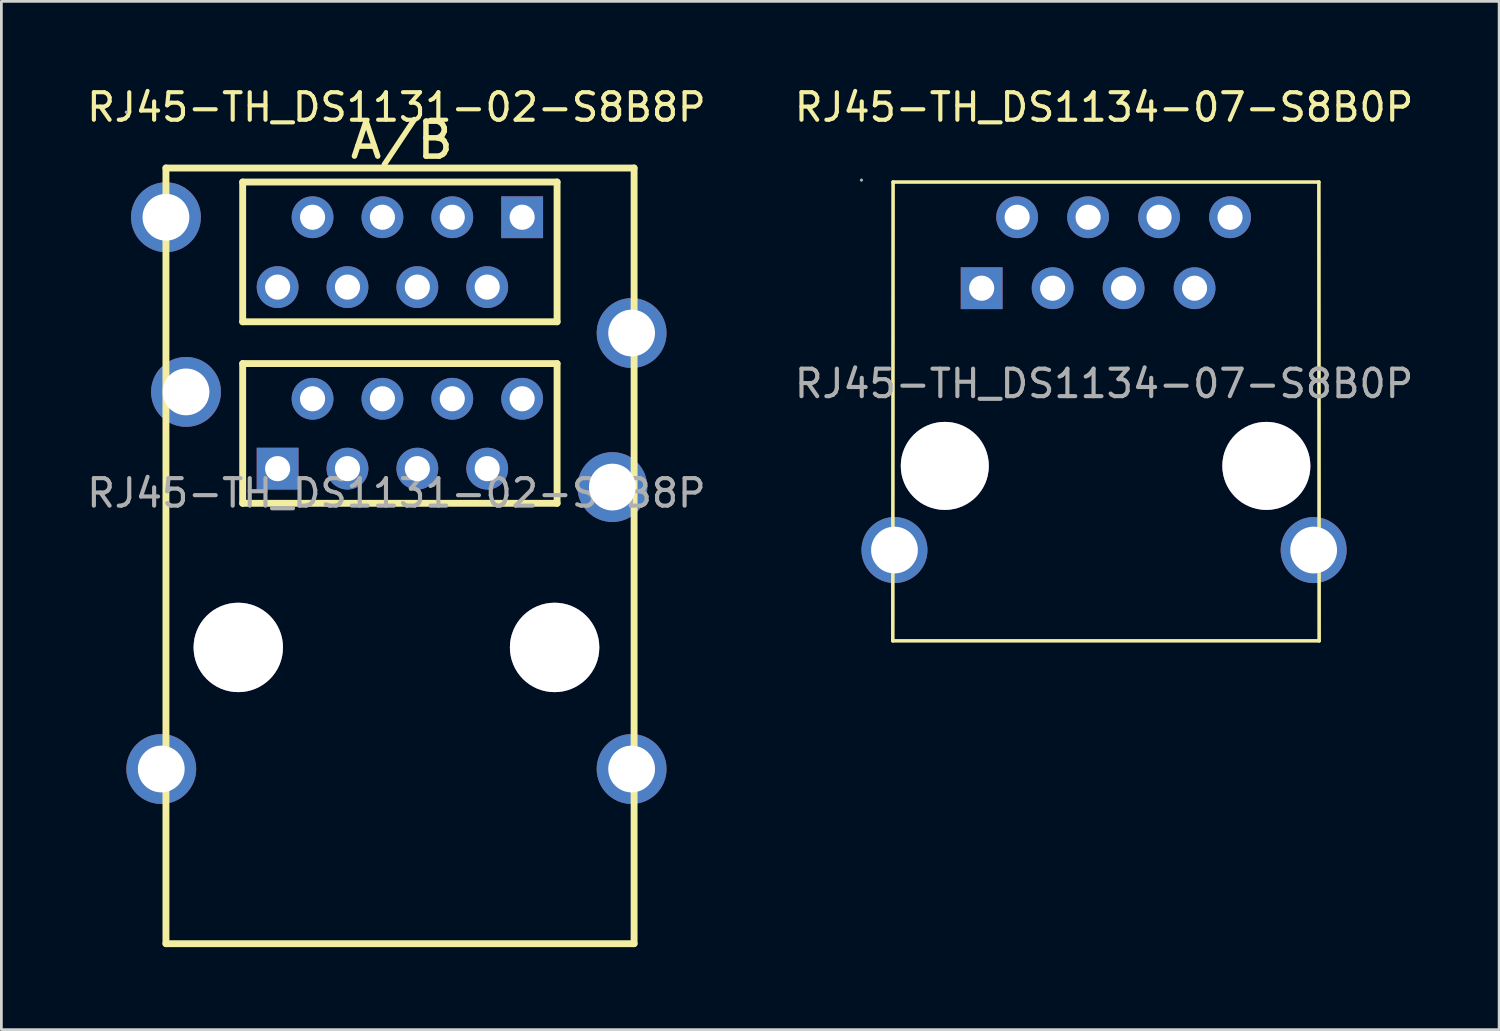
<source format=kicad_pcb>
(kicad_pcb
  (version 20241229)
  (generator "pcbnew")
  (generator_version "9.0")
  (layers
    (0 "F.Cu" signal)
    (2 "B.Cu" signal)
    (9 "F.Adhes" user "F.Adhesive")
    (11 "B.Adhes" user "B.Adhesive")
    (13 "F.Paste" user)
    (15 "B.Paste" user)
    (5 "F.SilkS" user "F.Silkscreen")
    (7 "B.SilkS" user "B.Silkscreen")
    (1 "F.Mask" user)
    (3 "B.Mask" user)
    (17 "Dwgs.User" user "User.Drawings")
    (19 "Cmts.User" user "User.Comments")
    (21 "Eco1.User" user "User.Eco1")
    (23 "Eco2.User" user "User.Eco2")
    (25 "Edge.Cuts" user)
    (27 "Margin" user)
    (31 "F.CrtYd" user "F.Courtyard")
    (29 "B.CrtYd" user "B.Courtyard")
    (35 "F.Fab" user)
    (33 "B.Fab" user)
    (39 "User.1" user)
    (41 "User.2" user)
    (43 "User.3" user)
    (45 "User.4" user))
  (footprint "RJ45-TH_DS1131-02-S8B8P"
    (layer "F.Cu")
    (at 11.363 14.878)
    (property "Reference" "RJ45-TH_DS1131-02-S8B8P" (at 0 -14.03 0) (layer "F.SilkS") (effects (font (size 1 1) (thickness 0.15))))
    (attr through_hole)
    (fp_line (start -8.38 -11.82) (end 8.64 -11.82) (stroke (width 0.25) (type solid)) (layer "F.SilkS"))
    (fp_line (start -8.38 16.38) (end -8.38 -11.82) (stroke (width 0.25) (type solid)) (layer "F.SilkS"))
    (fp_line (start -5.59 -11.31) (end 5.84 -11.31) (stroke (width 0.25) (type solid)) (layer "F.SilkS"))
    (fp_line (start -5.59 -6.23) (end -5.59 -11.31) (stroke (width 0.25) (type solid)) (layer "F.SilkS"))
    (fp_line (start -5.59 -4.71) (end 5.84 -4.71) (stroke (width 0.25) (type solid)) (layer "F.SilkS"))
    (fp_line (start -5.59 0.37) (end -5.59 -4.71) (stroke (width 0.25) (type solid)) (layer "F.SilkS"))
    (fp_line (start 5.84 -11.31) (end 5.84 -6.23) (stroke (width 0.25) (type solid)) (layer "F.SilkS"))
    (fp_line (start 5.84 -6.23) (end -5.59 -6.23) (stroke (width 0.25) (type solid)) (layer "F.SilkS"))
    (fp_line (start 5.84 -4.71) (end 5.84 0.37) (stroke (width 0.25) (type solid)) (layer "F.SilkS"))
    (fp_line (start 5.84 0.37) (end -5.59 0.37) (stroke (width 0.25) (type solid)) (layer "F.SilkS"))
    (fp_line (start 8.64 -11.82) (end 8.64 16.38) (stroke (width 0.25) (type solid)) (layer "F.SilkS"))
    (fp_line (start 8.64 16.38) (end -8.38 16.38) (stroke (width 0.25) (type solid)) (layer "F.SilkS"))
    (fp_circle (center -9.82 -13.85) (end -9.79 -13.85) (stroke (width 0.06) (type solid)) (fill no) (layer "F.Fab"))
    (fp_circle (center -8.55 10.03) (end -8.17 10.03) (stroke (width 0.75) (type solid)) (fill no) (layer "F.Fab"))
    (fp_circle (center -8.38 -10.03) (end -8 -10.03) (stroke (width 0.75) (type solid)) (fill no) (layer "F.Fab"))
    (fp_circle (center -7.65 -3.68) (end -7.27 -3.68) (stroke (width 0.75) (type solid)) (fill no) (layer "F.Fab"))
    (fp_circle (center -5.75 5.61) (end -4.99 5.61) (stroke (width 1.52) (type solid)) (fill no) (layer "F.Fab"))
    (fp_circle (center -4.32 -7.49) (end -4.14 -7.49) (stroke (width 0.36) (type solid)) (fill no) (layer "F.Fab"))
    (fp_circle (center -4.32 -0.89) (end -4.14 -0.89) (stroke (width 0.36) (type solid)) (fill no) (layer "F.Fab"))
    (fp_circle (center -3.05 -10.03) (end -2.87 -10.03) (stroke (width 0.36) (type solid)) (fill no) (layer "F.Fab"))
    (fp_circle (center -3.05 -3.43) (end -2.87 -3.43) (stroke (width 0.36) (type solid)) (fill no) (layer "F.Fab"))
    (fp_circle (center -1.78 -7.49) (end -1.6 -7.49) (stroke (width 0.36) (type solid)) (fill no) (layer "F.Fab"))
    (fp_circle (center -1.78 -0.89) (end -1.6 -0.89) (stroke (width 0.36) (type solid)) (fill no) (layer "F.Fab"))
    (fp_circle (center -0.51 -10.03) (end -0.33 -10.03) (stroke (width 0.36) (type solid)) (fill no) (layer "F.Fab"))
    (fp_circle (center -0.51 -3.43) (end -0.33 -3.43) (stroke (width 0.36) (type solid)) (fill no) (layer "F.Fab"))
    (fp_circle (center 0.76 -7.49) (end 0.94 -7.49) (stroke (width 0.36) (type solid)) (fill no) (layer "F.Fab"))
    (fp_circle (center 0.76 -0.89) (end 0.94 -0.89) (stroke (width 0.36) (type solid)) (fill no) (layer "F.Fab"))
    (fp_circle (center 2.03 -10.03) (end 2.21 -10.03) (stroke (width 0.36) (type solid)) (fill no) (layer "F.Fab"))
    (fp_circle (center 2.03 -3.43) (end 2.21 -3.43) (stroke (width 0.36) (type solid)) (fill no) (layer "F.Fab"))
    (fp_circle (center 3.3 -7.49) (end 3.48 -7.49) (stroke (width 0.36) (type solid)) (fill no) (layer "F.Fab"))
    (fp_circle (center 3.3 -0.89) (end 3.48 -0.89) (stroke (width 0.36) (type solid)) (fill no) (layer "F.Fab"))
    (fp_circle (center 4.57 -10.03) (end 4.75 -10.03) (stroke (width 0.36) (type solid)) (fill no) (layer "F.Fab"))
    (fp_circle (center 4.57 -3.43) (end 4.75 -3.43) (stroke (width 0.36) (type solid)) (fill no) (layer "F.Fab"))
    (fp_circle (center 5.75 5.61) (end 6.51 5.61) (stroke (width 1.52) (type solid)) (fill no) (layer "F.Fab"))
    (fp_circle (center 7.85 -0.22) (end 8.23 -0.22) (stroke (width 0.75) (type solid)) (fill no) (layer "F.Fab"))
    (fp_circle (center 8.55 -5.82) (end 8.93 -5.82) (stroke (width 0.75) (type solid)) (fill no) (layer "F.Fab"))
    (fp_circle (center 8.55 10.03) (end 8.93 10.03) (stroke (width 0.75) (type solid)) (fill no) (layer "F.Fab"))
    (fp_text user "A/B" (at -1.78 -12.83 0) (layer "F.SilkS") (effects (font (size 1.27 1.27) (thickness 0.2)) (justify left)))
    (fp_text user "${REFERENCE}" (at 0 0 0) (layer "F.Fab") (effects (font (size 1 1) (thickness 0.15))))
    (pad "" thru_hole circle (at -5.75 5.61) (size 3.25 3.25) (drill 3.25) (layers "*.Cu" "*.Mask"))
    (pad "" thru_hole circle (at 5.75 5.61) (size 3.25 3.25) (drill 3.25) (layers "*.Cu" "*.Mask"))
    (pad "17" thru_hole circle (at -8.38 -10.03) (size 2.54 2.54) (drill 1.7) (layers "*.Cu" "*.Paste" "*.Mask"))
    (pad "18" thru_hole circle (at -7.65 -3.68) (size 2.54 2.54) (drill 1.7) (layers "*.Cu" "*.Paste" "*.Mask"))
    (pad "19" thru_hole circle (at -8.55 10.03) (size 2.54 2.54) (drill 1.7) (layers "*.Cu" "*.Paste" "*.Mask"))
    (pad "20" thru_hole circle (at 8.55 10.03) (size 2.54 2.54) (drill 1.7) (layers "*.Cu" "*.Paste" "*.Mask"))
    (pad "21" thru_hole circle (at 7.85 -0.22) (size 2.54 2.54) (drill 1.7) (layers "*.Cu" "*.Paste" "*.Mask"))
    (pad "22" thru_hole circle (at 8.55 -5.82) (size 2.54 2.54) (drill 1.7) (layers "*.Cu" "*.Paste" "*.Mask"))
    (pad "A1" thru_hole rect (at -4.32 -0.89) (size 1.52 1.52) (drill 0.914) (layers "*.Cu" "*.Paste" "*.Mask"))
    (pad "A2" thru_hole circle (at -3.05 -3.43) (size 1.52 1.52) (drill 0.914) (layers "*.Cu" "*.Paste" "*.Mask"))
    (pad "A3" thru_hole circle (at -1.78 -0.89) (size 1.52 1.52) (drill 0.914) (layers "*.Cu" "*.Paste" "*.Mask"))
    (pad "A4" thru_hole circle (at -0.51 -3.43) (size 1.52 1.52) (drill 0.914) (layers "*.Cu" "*.Paste" "*.Mask"))
    (pad "A5" thru_hole circle (at 0.76 -0.89) (size 1.52 1.52) (drill 0.914) (layers "*.Cu" "*.Paste" "*.Mask"))
    (pad "A6" thru_hole circle (at 2.03 -3.43) (size 1.52 1.52) (drill 0.914) (layers "*.Cu" "*.Paste" "*.Mask"))
    (pad "A7" thru_hole circle (at 3.3 -0.89) (size 1.52 1.52) (drill 0.914) (layers "*.Cu" "*.Paste" "*.Mask"))
    (pad "A8" thru_hole circle (at 4.57 -3.43) (size 1.52 1.52) (drill 0.914) (layers "*.Cu" "*.Paste" "*.Mask"))
    (pad "B1" thru_hole rect (at 4.57 -10.03) (size 1.52 1.52) (drill 0.914) (layers "*.Cu" "*.Paste" "*.Mask"))
    (pad "B2" thru_hole circle (at 3.3 -7.49) (size 1.52 1.52) (drill 0.914) (layers "*.Cu" "*.Paste" "*.Mask"))
    (pad "B3" thru_hole circle (at 2.03 -10.03) (size 1.52 1.52) (drill 0.914) (layers "*.Cu" "*.Paste" "*.Mask"))
    (pad "B4" thru_hole circle (at 0.76 -7.49) (size 1.52 1.52) (drill 0.914) (layers "*.Cu" "*.Paste" "*.Mask"))
    (pad "B5" thru_hole circle (at -0.51 -10.03) (size 1.52 1.52) (drill 0.914) (layers "*.Cu" "*.Paste" "*.Mask"))
    (pad "B6" thru_hole circle (at -1.78 -7.49) (size 1.52 1.52) (drill 0.914) (layers "*.Cu" "*.Paste" "*.Mask"))
    (pad "B7" thru_hole circle (at -3.05 -10.03) (size 1.52 1.52) (drill 0.914) (layers "*.Cu" "*.Paste" "*.Mask"))
    (pad "B8" thru_hole circle (at -4.32 -7.49) (size 1.52 1.52) (drill 0.914) (layers "*.Cu" "*.Paste" "*.Mask")))
  (footprint "RJ45-TH_DS1134-07-S8B0P"
    (layer "F.Cu")
    (at 37.089 10.898)
    (property "Reference" "RJ45-TH_DS1134-07-S8B0P" (at 0 -10.05 0) (layer "F.SilkS") (effects (font (size 1 1) (thickness 0.15))))
    (attr through_hole)
    (fp_line (start -7.68 9.35) (end 7.82 9.35) (stroke (width 0.13) (type solid)) (layer "F.SilkS"))
    (fp_line (start -7.67 -7.33) (end -7.68 9.35) (stroke (width 0.13) (type solid)) (layer "F.SilkS"))
    (fp_line (start 7.81 -7.33) (end -7.67 -7.33) (stroke (width 0.13) (type solid)) (layer "F.SilkS"))
    (fp_line (start 7.82 9.35) (end 7.81 -7.33) (stroke (width 0.13) (type solid)) (layer "F.SilkS"))
    (fp_circle (center -8.82 -7.4) (end -8.79 -7.4) (stroke (width 0.06) (type solid)) (fill no) (layer "F.Fab"))
    (fp_circle (center -7.62 6.05) (end -7.24 6.05) (stroke (width 0.75) (type solid)) (fill no) (layer "F.Fab"))
    (fp_circle (center -5.79 2.99) (end -5.04 2.99) (stroke (width 1.5) (type solid)) (fill no) (layer "F.Fab"))
    (fp_circle (center -4.45 -3.47) (end -4.27 -3.47) (stroke (width 0.36) (type solid)) (fill no) (layer "F.Fab"))
    (fp_circle (center -3.16 -6.05) (end -2.98 -6.05) (stroke (width 0.36) (type solid)) (fill no) (layer "F.Fab"))
    (fp_circle (center -1.87 -3.47) (end -1.69 -3.47) (stroke (width 0.36) (type solid)) (fill no) (layer "F.Fab"))
    (fp_circle (center -0.58 -6.05) (end -0.4 -6.05) (stroke (width 0.36) (type solid)) (fill no) (layer "F.Fab"))
    (fp_circle (center 0.71 -3.47) (end 0.89 -3.47) (stroke (width 0.36) (type solid)) (fill no) (layer "F.Fab"))
    (fp_circle (center 2 -6.05) (end 2.18 -6.05) (stroke (width 0.36) (type solid)) (fill no) (layer "F.Fab"))
    (fp_circle (center 3.29 -3.47) (end 3.47 -3.47) (stroke (width 0.36) (type solid)) (fill no) (layer "F.Fab"))
    (fp_circle (center 4.58 -6.05) (end 4.76 -6.05) (stroke (width 0.36) (type solid)) (fill no) (layer "F.Fab"))
    (fp_circle (center 5.9 2.99) (end 6.65 2.99) (stroke (width 1.5) (type solid)) (fill no) (layer "F.Fab"))
    (fp_circle (center 7.62 6.05) (end 8 6.05) (stroke (width 0.75) (type solid)) (fill no) (layer "F.Fab"))
    (fp_text user "${REFERENCE}" (at 0 0 0) (layer "F.Fab") (effects (font (size 1 1) (thickness 0.15))))
    (pad "" thru_hole circle (at -5.79 2.99) (size 3.2 3.2) (drill 3.2) (layers "*.Cu" "*.Mask"))
    (pad "" thru_hole circle (at 5.9 2.99) (size 3.2 3.2) (drill 3.2) (layers "*.Cu" "*.Mask"))
    (pad "0" thru_hole circle (at -7.62 6.05) (size 2.4 2.4) (drill 1.7) (layers "*.Cu" "*.Paste" "*.Mask"))
    (pad "0" thru_hole circle (at 7.62 6.05) (size 2.4 2.4) (drill 1.7) (layers "*.Cu" "*.Paste" "*.Mask"))
    (pad "1" thru_hole rect (at -4.45 -3.47) (size 1.52 1.52) (drill 0.914) (layers "*.Cu" "*.Paste" "*.Mask"))
    (pad "2" thru_hole circle (at -3.16 -6.05) (size 1.52 1.52) (drill 0.914) (layers "*.Cu" "*.Paste" "*.Mask"))
    (pad "3" thru_hole circle (at -1.87 -3.47) (size 1.52 1.52) (drill 0.914) (layers "*.Cu" "*.Paste" "*.Mask"))
    (pad "4" thru_hole circle (at -0.58 -6.05) (size 1.52 1.52) (drill 0.914) (layers "*.Cu" "*.Paste" "*.Mask"))
    (pad "5" thru_hole circle (at 0.71 -3.47) (size 1.52 1.52) (drill 0.914) (layers "*.Cu" "*.Paste" "*.Mask"))
    (pad "6" thru_hole circle (at 2 -6.05) (size 1.52 1.52) (drill 0.914) (layers "*.Cu" "*.Paste" "*.Mask"))
    (pad "7" thru_hole circle (at 3.29 -3.47) (size 1.52 1.52) (drill 0.914) (layers "*.Cu" "*.Paste" "*.Mask"))
    (pad "8" thru_hole circle (at 4.58 -6.05) (size 1.52 1.52) (drill 0.914) (layers "*.Cu" "*.Paste" "*.Mask")))
  (gr_rect
    (start -3 -3)
    (end 51.452 34.383)
    (stroke (width 0.1) (type default))
    (fill no)
    (layer "Edge.Cuts")))
</source>
